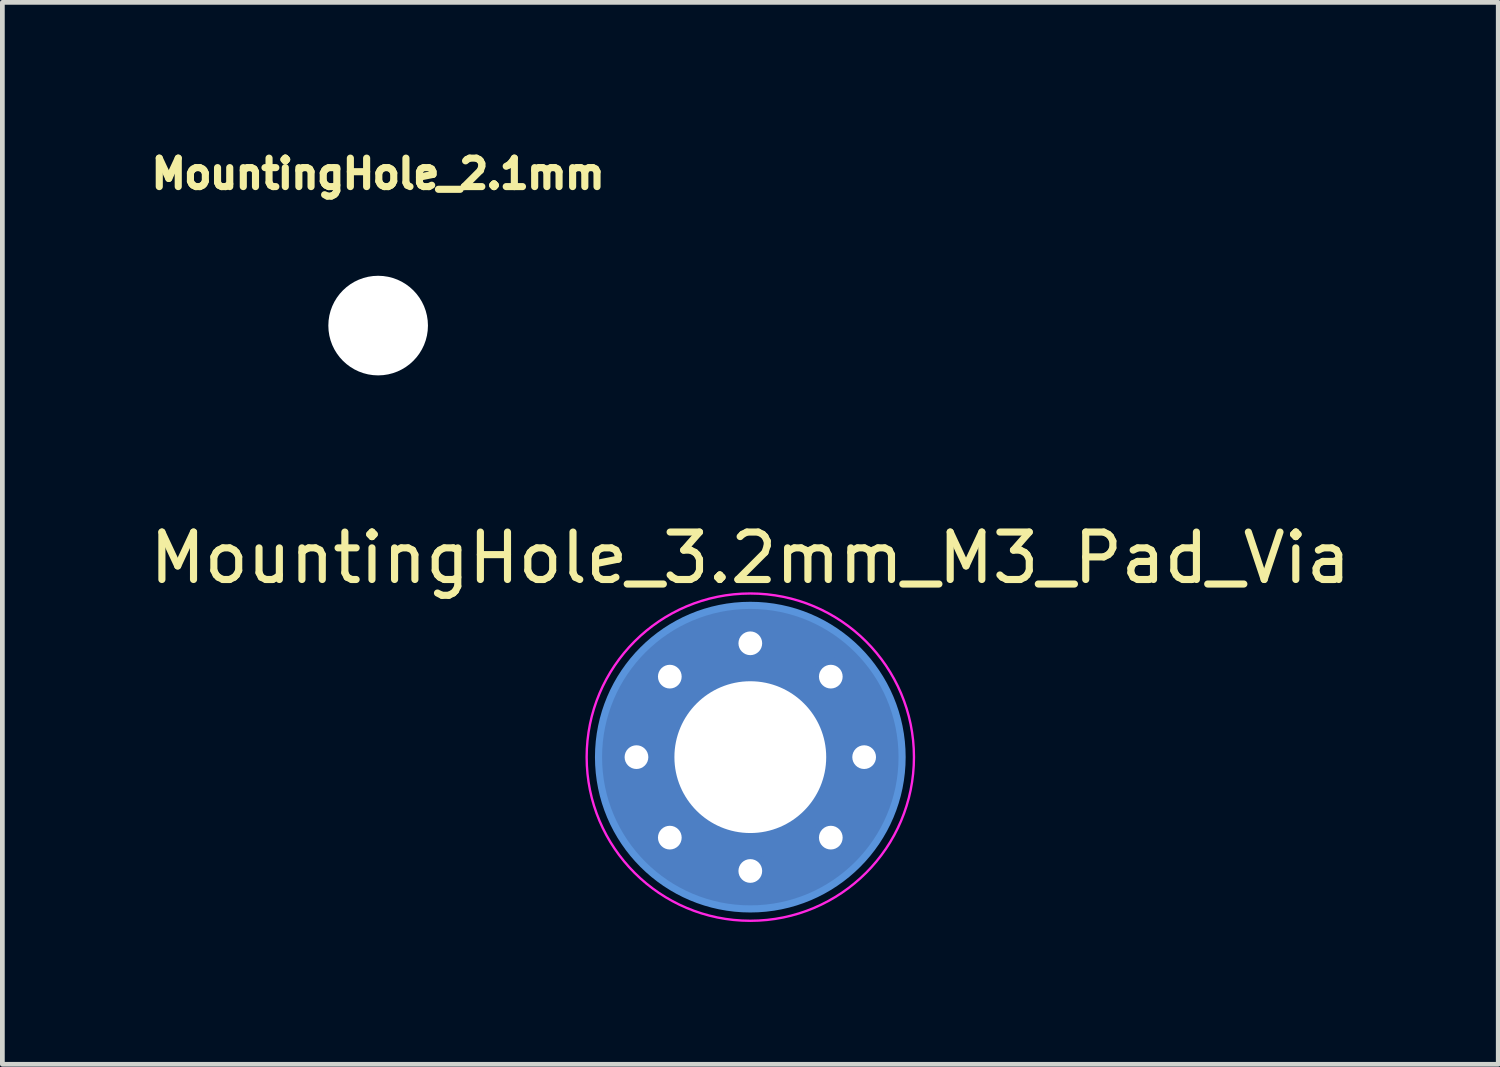
<source format=kicad_pcb>
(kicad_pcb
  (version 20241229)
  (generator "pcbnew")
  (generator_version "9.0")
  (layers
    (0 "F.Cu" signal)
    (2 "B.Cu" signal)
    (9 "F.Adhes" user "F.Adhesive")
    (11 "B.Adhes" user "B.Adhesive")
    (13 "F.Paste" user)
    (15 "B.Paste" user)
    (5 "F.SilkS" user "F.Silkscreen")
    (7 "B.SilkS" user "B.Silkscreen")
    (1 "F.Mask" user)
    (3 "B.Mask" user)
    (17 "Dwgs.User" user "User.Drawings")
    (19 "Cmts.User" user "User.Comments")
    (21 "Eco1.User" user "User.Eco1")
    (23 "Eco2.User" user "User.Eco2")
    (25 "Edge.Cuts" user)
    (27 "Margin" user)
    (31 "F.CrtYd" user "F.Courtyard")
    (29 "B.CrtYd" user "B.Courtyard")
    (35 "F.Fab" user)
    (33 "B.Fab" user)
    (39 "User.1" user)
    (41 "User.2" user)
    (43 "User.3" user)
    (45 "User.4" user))
  (footprint "MountingHole_3.2mm_M3_Pad_Via"
    (layer "F.Cu")
    (at 12.768 12.912)
    (property "Reference" "MountingHole_3.2mm_M3_Pad_Via" (at 0 -4.2 0) (layer "F.SilkS") (effects (font (size 1 1) (thickness 0.15))))
    (attr exclude_from_pos_files exclude_from_bom)
    (fp_circle (center 0 0) (end 3.2 0) (stroke (width 0.15) (type solid)) (fill no) (layer "Cmts.User"))
    (fp_circle (center 0 0) (end 3.45 0) (stroke (width 0.05) (type solid)) (fill no) (layer "F.CrtYd"))
    (pad "1" thru_hole circle (at -2.4 0) (size 0.8 0.8) (drill 0.5) (layers "*.Cu" "*.Mask"))
    (pad "1" thru_hole circle (at -1.697 -1.697) (size 0.8 0.8) (drill 0.5) (layers "*.Cu" "*.Mask"))
    (pad "1" thru_hole circle (at -1.697 1.697) (size 0.8 0.8) (drill 0.5) (layers "*.Cu" "*.Mask"))
    (pad "1" thru_hole circle (at 0 -2.4) (size 0.8 0.8) (drill 0.5) (layers "*.Cu" "*.Mask"))
    (pad "1" thru_hole circle (at 0 0) (size 6.4 6.4) (drill 3.2) (layers "*.Cu" "*.Mask"))
    (pad "1" thru_hole circle (at 0 2.4) (size 0.8 0.8) (drill 0.5) (layers "*.Cu" "*.Mask"))
    (pad "1" thru_hole circle (at 1.697 -1.697) (size 0.8 0.8) (drill 0.5) (layers "*.Cu" "*.Mask"))
    (pad "1" thru_hole circle (at 1.697 1.697) (size 0.8 0.8) (drill 0.5) (layers "*.Cu" "*.Mask"))
    (pad "1" thru_hole circle (at 2.4 0) (size 0.8 0.8) (drill 0.5) (layers "*.Cu" "*.Mask")))
  (footprint "MountingHole_2.1mm"
    (layer "F.Cu")
    (at 4.922 3.814)
    (property "Reference" "MountingHole_2.1mm" (at 0 -3.2 0) (layer "F.SilkS") (effects (font (size 0.6 0.6) (thickness 0.15))))
    (attr exclude_from_pos_files exclude_from_bom)
    (pad "" np_thru_hole circle (at 0 0) (size 2.1 2.1) (drill 2.1) (layers "*.Cu" "*.Mask")))
  (gr_rect
    (start -3 -3)
    (end 28.536 19.387)
    (stroke (width 0.1) (type default))
    (fill no)
    (layer "Edge.Cuts")))
</source>
